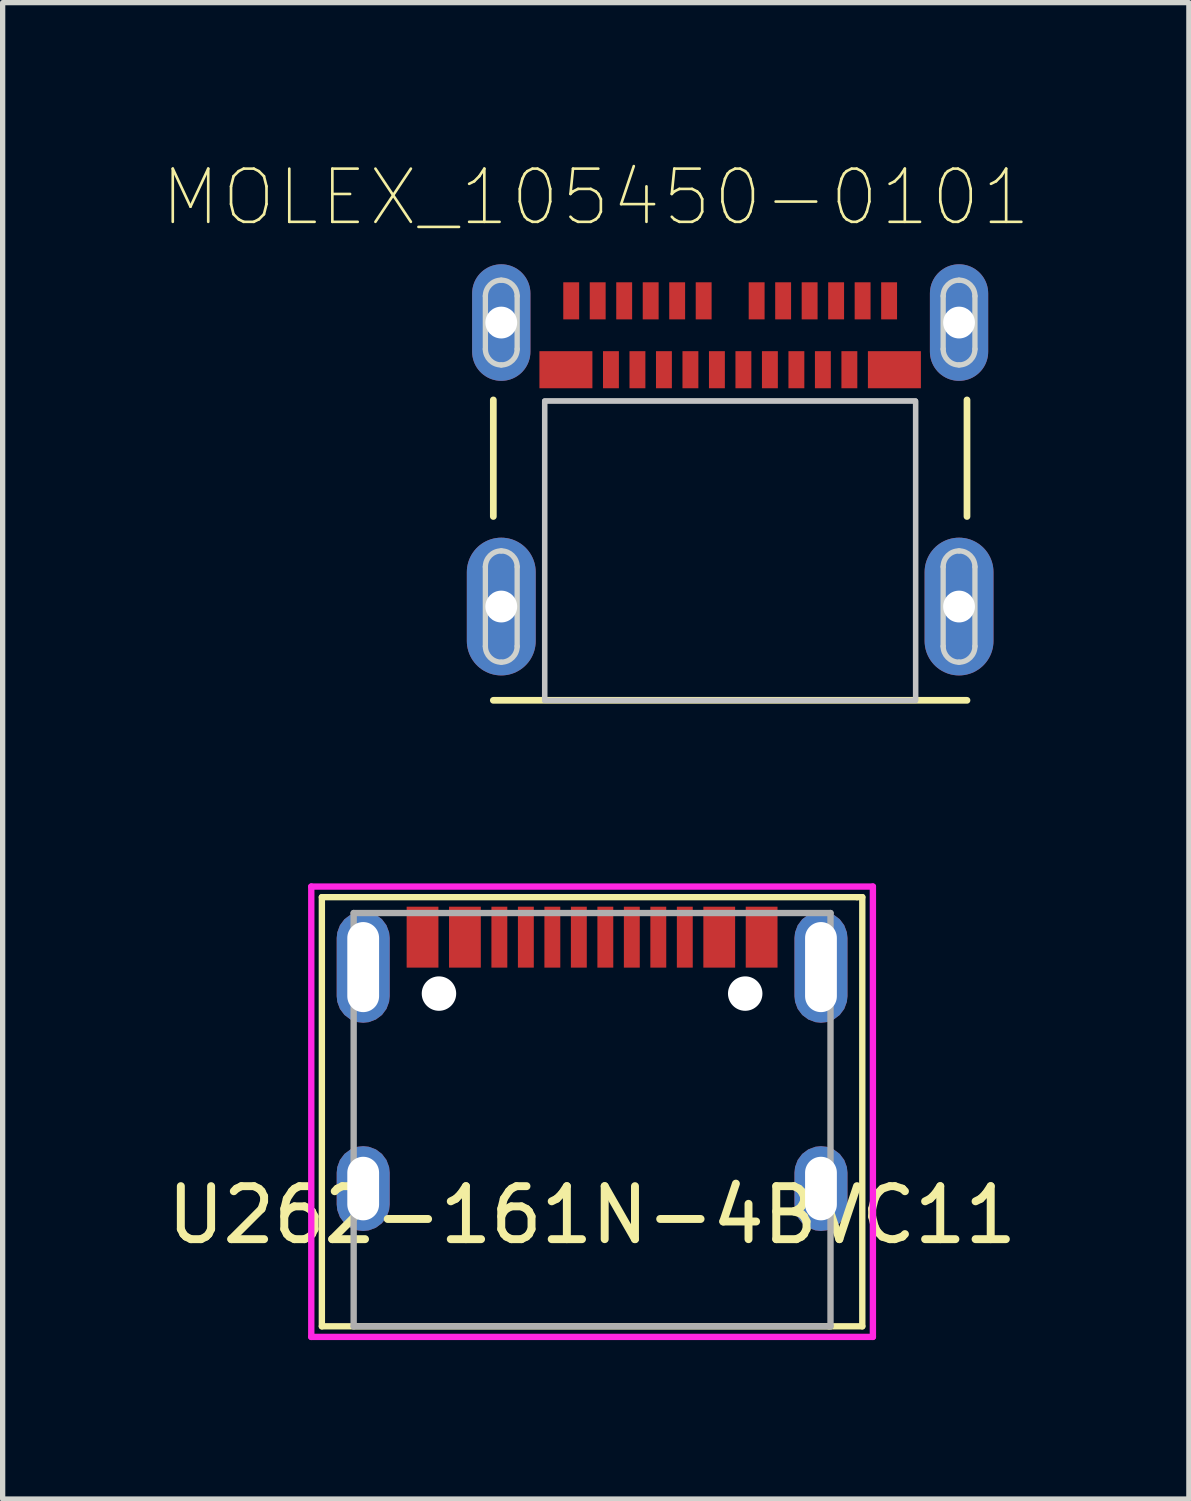
<source format=kicad_pcb>
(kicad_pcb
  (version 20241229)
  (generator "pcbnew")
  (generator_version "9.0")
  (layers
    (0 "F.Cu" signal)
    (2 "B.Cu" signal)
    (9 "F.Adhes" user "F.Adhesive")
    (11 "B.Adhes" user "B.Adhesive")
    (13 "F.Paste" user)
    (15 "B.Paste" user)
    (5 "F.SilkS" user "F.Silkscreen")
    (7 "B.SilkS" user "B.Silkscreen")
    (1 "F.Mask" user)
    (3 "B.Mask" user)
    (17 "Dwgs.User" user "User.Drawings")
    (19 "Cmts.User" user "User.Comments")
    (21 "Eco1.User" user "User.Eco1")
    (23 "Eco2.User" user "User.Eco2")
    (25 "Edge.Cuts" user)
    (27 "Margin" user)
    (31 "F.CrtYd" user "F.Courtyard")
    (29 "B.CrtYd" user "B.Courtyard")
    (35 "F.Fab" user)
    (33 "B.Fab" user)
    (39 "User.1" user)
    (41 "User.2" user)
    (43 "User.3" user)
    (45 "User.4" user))
  (footprint "MOLEX_105450-0101"
    (layer "F.Cu")
    (at 10.731 6.398)
    (property "Reference" "MOLEX_105450-0101" (at -2.536 -5.723 0) (layer "F.SilkS") (effects (font (size 1.004 1.004) (thickness 0.05))))
    (attr smd)
    (fp_line (start -4.47 0.3) (end -4.47 -1.9) (stroke (width 0.127) (type solid)) (layer "F.SilkS"))
    (fp_line (start -4.47 3.77) (end 4.47 3.77) (stroke (width 0.127) (type solid)) (layer "F.SilkS"))
    (fp_line (start 4.47 0.3) (end 4.47 -1.9) (stroke (width 0.127) (type solid)) (layer "F.SilkS"))
    (fp_poly (pts (xy -3.502 -1.88) (xy 3.5 -1.88) (xy 3.5 3.773) (xy -3.502 3.773)) (stroke (width 0.1) (type solid)) (fill no) (layer "Dwgs.User"))
    (fp_poly (pts (xy -3.501 -1.88) (xy 3.5 -1.88) (xy 3.5 3.771) (xy -3.501 3.771)) (stroke (width 0.1) (type solid)) (fill no) (layer "Dwgs.User"))
    (fp_line (start -5.22 -4.71) (end 5.22 -4.71) (stroke (width 0.05) (type solid)) (layer "Eco1.User"))
    (fp_line (start -5.22 4.2) (end -5.22 -4.71) (stroke (width 0.05) (type solid)) (layer "Eco1.User"))
    (fp_line (start 5.22 -4.71) (end 5.22 4.2) (stroke (width 0.05) (type solid)) (layer "Eco1.User"))
    (fp_line (start 5.22 4.2) (end -5.22 4.2) (stroke (width 0.05) (type solid)) (layer "Eco1.User"))
    (fp_line (start -4.47 -3.95) (end -4.47 3.95) (stroke (width 0.127) (type solid)) (layer "Eco2.User"))
    (fp_line (start -4.47 3.95) (end 4.47 3.95) (stroke (width 0.127) (type solid)) (layer "Eco2.User"))
    (fp_line (start 4.47 -3.95) (end -4.47 -3.95) (stroke (width 0.127) (type solid)) (layer "Eco2.User"))
    (fp_line (start 4.47 3.95) (end 4.47 -3.95) (stroke (width 0.127) (type solid)) (layer "Eco2.User"))
    (fp_line (start -4.62 -2.86) (end -4.62 -3.86) (stroke (width 0.1) (type solid)) (layer "Edge.Cuts"))
    (fp_line (start -4.62 2.75) (end -4.62 1.25) (stroke (width 0.1) (type solid)) (layer "Edge.Cuts"))
    (fp_line (start -4.02 -3.86) (end -4.02 -2.86) (stroke (width 0.1) (type solid)) (layer "Edge.Cuts"))
    (fp_line (start -4.02 1.25) (end -4.02 2.75) (stroke (width 0.1) (type solid)) (layer "Edge.Cuts"))
    (fp_line (start 4.02 -2.86) (end 4.02 -3.86) (stroke (width 0.1) (type solid)) (layer "Edge.Cuts"))
    (fp_line (start 4.02 2.75) (end 4.02 1.25) (stroke (width 0.1) (type solid)) (layer "Edge.Cuts"))
    (fp_line (start 4.62 -3.86) (end 4.62 -2.86) (stroke (width 0.1) (type solid)) (layer "Edge.Cuts"))
    (fp_line (start 4.62 1.25) (end 4.62 2.75) (stroke (width 0.1) (type solid)) (layer "Edge.Cuts"))
    (fp_arc (start -4.62 -3.86) (mid -4.532132 -4.072132) (end -4.32 -4.16) (stroke (width 0.1) (type solid)) (layer "Edge.Cuts"))
    (fp_arc (start -4.62 1.25) (mid -4.532132 1.037868) (end -4.32 0.95) (stroke (width 0.1) (type solid)) (layer "Edge.Cuts"))
    (fp_arc (start -4.32 -4.16) (mid -4.107868 -4.072132) (end -4.02 -3.86) (stroke (width 0.1) (type solid)) (layer "Edge.Cuts"))
    (fp_arc (start -4.32 -2.56) (mid -4.532132 -2.647868) (end -4.62 -2.86) (stroke (width 0.1) (type solid)) (layer "Edge.Cuts"))
    (fp_arc (start -4.32 0.95) (mid -4.107868 1.037868) (end -4.02 1.25) (stroke (width 0.1) (type solid)) (layer "Edge.Cuts"))
    (fp_arc (start -4.32 3.05) (mid -4.532132 2.962132) (end -4.62 2.75) (stroke (width 0.1) (type solid)) (layer "Edge.Cuts"))
    (fp_arc (start -4.02 -2.86) (mid -4.107868 -2.647868) (end -4.32 -2.56) (stroke (width 0.1) (type solid)) (layer "Edge.Cuts"))
    (fp_arc (start -4.02 2.75) (mid -4.107868 2.962132) (end -4.32 3.05) (stroke (width 0.1) (type solid)) (layer "Edge.Cuts"))
    (fp_arc (start 4.02 -3.86) (mid 4.107868 -4.072132) (end 4.32 -4.16) (stroke (width 0.1) (type solid)) (layer "Edge.Cuts"))
    (fp_arc (start 4.02 1.25) (mid 4.107868 1.037868) (end 4.32 0.95) (stroke (width 0.1) (type solid)) (layer "Edge.Cuts"))
    (fp_arc (start 4.32 -4.16) (mid 4.532132 -4.072132) (end 4.62 -3.86) (stroke (width 0.1) (type solid)) (layer "Edge.Cuts"))
    (fp_arc (start 4.32 -2.56) (mid 4.107868 -2.647868) (end 4.02 -2.86) (stroke (width 0.1) (type solid)) (layer "Edge.Cuts"))
    (fp_arc (start 4.32 0.95) (mid 4.532132 1.037868) (end 4.62 1.25) (stroke (width 0.1) (type solid)) (layer "Edge.Cuts"))
    (fp_arc (start 4.32 3.05) (mid 4.107868 2.962132) (end 4.02 2.75) (stroke (width 0.1) (type solid)) (layer "Edge.Cuts"))
    (fp_arc (start 4.62 -2.86) (mid 4.532132 -2.647868) (end 4.32 -2.56) (stroke (width 0.1) (type solid)) (layer "Edge.Cuts"))
    (fp_arc (start 4.62 2.75) (mid 4.532132 2.962132) (end 4.32 3.05) (stroke (width 0.1) (type solid)) (layer "Edge.Cuts"))
    (pad "A1" smd rect (at -3 -3.77) (size 0.3 0.7) (layers "F.Cu" "F.Mask" "F.Paste"))
    (pad "A2" smd rect (at -2.5 -3.77) (size 0.3 0.7) (layers "F.Cu" "F.Mask" "F.Paste"))
    (pad "A3" smd rect (at -2 -3.77) (size 0.3 0.7) (layers "F.Cu" "F.Mask" "F.Paste"))
    (pad "A4" smd rect (at -1.5 -3.77) (size 0.3 0.7) (layers "F.Cu" "F.Mask" "F.Paste"))
    (pad "A5" smd rect (at -1 -3.77) (size 0.3 0.7) (layers "F.Cu" "F.Mask" "F.Paste"))
    (pad "A6" smd rect (at -0.5 -3.77) (size 0.3 0.7) (layers "F.Cu" "F.Mask" "F.Paste"))
    (pad "A7" smd rect (at 0.5 -3.77) (size 0.3 0.7) (layers "F.Cu" "F.Mask" "F.Paste"))
    (pad "A8" smd rect (at 1 -3.77) (size 0.3 0.7) (layers "F.Cu" "F.Mask" "F.Paste"))
    (pad "A9" smd rect (at 1.5 -3.77) (size 0.3 0.7) (layers "F.Cu" "F.Mask" "F.Paste"))
    (pad "A10" smd rect (at 2 -3.77) (size 0.3 0.7) (layers "F.Cu" "F.Mask" "F.Paste"))
    (pad "A11" smd rect (at 2.5 -3.77) (size 0.3 0.7) (layers "F.Cu" "F.Mask" "F.Paste"))
    (pad "A12" smd rect (at 3 -3.77) (size 0.3 0.7) (layers "F.Cu" "F.Mask" "F.Paste"))
    (pad "B1" smd rect (at 3.1 -2.47) (size 1 0.7) (layers "F.Cu" "F.Mask" "F.Paste"))
    (pad "B2" smd rect (at 2.25 -2.47) (size 0.3 0.7) (layers "F.Cu" "F.Mask" "F.Paste"))
    (pad "B3" smd rect (at 1.75 -2.47) (size 0.3 0.7) (layers "F.Cu" "F.Mask" "F.Paste"))
    (pad "B4" smd rect (at 1.25 -2.47) (size 0.3 0.7) (layers "F.Cu" "F.Mask" "F.Paste"))
    (pad "B5" smd rect (at 0.75 -2.47) (size 0.3 0.7) (layers "F.Cu" "F.Mask" "F.Paste"))
    (pad "B6" smd rect (at 0.25 -2.47) (size 0.3 0.7) (layers "F.Cu" "F.Mask" "F.Paste"))
    (pad "B7" smd rect (at -0.25 -2.47) (size 0.3 0.7) (layers "F.Cu" "F.Mask" "F.Paste"))
    (pad "B8" smd rect (at -0.75 -2.47) (size 0.3 0.7) (layers "F.Cu" "F.Mask" "F.Paste"))
    (pad "B9" smd rect (at -1.25 -2.47) (size 0.3 0.7) (layers "F.Cu" "F.Mask" "F.Paste"))
    (pad "B10" smd rect (at -1.75 -2.47) (size 0.3 0.7) (layers "F.Cu" "F.Mask" "F.Paste"))
    (pad "B11" smd rect (at -2.25 -2.47) (size 0.3 0.7) (layers "F.Cu" "F.Mask" "F.Paste"))
    (pad "B12" smd rect (at -3.1 -2.47) (size 1 0.7) (layers "F.Cu" "F.Mask" "F.Paste"))
    (pad "S1" thru_hole oval (at -4.32 -3.36 90) (size 2.2 1.1) (drill 0.6) (layers "*.Cu" "*.Mask"))
    (pad "S1" thru_hole oval (at -4.32 2 90) (size 2.6 1.3) (drill 0.6) (layers "*.Cu" "*.Mask"))
    (pad "S1" thru_hole oval (at 4.32 -3.36 90) (size 2.2 1.1) (drill 0.6) (layers "*.Cu" "*.Mask"))
    (pad "S1" thru_hole oval (at 4.32 2 90) (size 2.6 1.3) (drill 0.6) (layers "*.Cu" "*.Mask")))
  (footprint "U262-161N-4BVC11"
    (layer "F.Cu")
    (at 8.125 19.383)
    (property "Reference" "U262-161N-4BVC11" (at 0 0.5 0) (layer "F.SilkS") (effects (font (size 1 1) (thickness 0.15))))
    (attr through_hole)
    (fp_line (start -5.1 -5.5) (end 5 -5.5) (stroke (width 0.12) (type solid)) (layer "F.SilkS"))
    (fp_line (start -5.1 2.6) (end -5.1 -5.5) (stroke (width 0.12) (type solid)) (layer "F.SilkS"))
    (fp_line (start 4.47 2.6) (end -5.1 2.6) (stroke (width 0.12) (type solid)) (layer "F.SilkS"))
    (fp_line (start 5 -5.5) (end 5.1 -5.5) (stroke (width 0.12) (type solid)) (layer "F.SilkS"))
    (fp_line (start 5.1 -5.5) (end 5.1 2.6) (stroke (width 0.12) (type solid)) (layer "F.SilkS"))
    (fp_line (start 5.1 2.6) (end 4.47 2.6) (stroke (width 0.12) (type solid)) (layer "F.SilkS"))
    (fp_line (start -5.3 -5.7) (end -5.3 2.8) (stroke (width 0.12) (type solid)) (layer "F.CrtYd"))
    (fp_line (start -5.3 2.8) (end 5.3 2.8) (stroke (width 0.12) (type solid)) (layer "F.CrtYd"))
    (fp_line (start 5.3 -5.7) (end -5.3 -5.7) (stroke (width 0.12) (type solid)) (layer "F.CrtYd"))
    (fp_line (start 5.3 2.8) (end 5.3 -5.7) (stroke (width 0.12) (type solid)) (layer "F.CrtYd"))
    (fp_line (start -4.5 -5.2) (end 4.5 -5.2) (stroke (width 0.12) (type solid)) (layer "F.Fab"))
    (fp_line (start -4.5 2.6) (end -4.5 -5.2) (stroke (width 0.12) (type solid)) (layer "F.Fab"))
    (fp_line (start 4.5 -5.2) (end 4.5 2.6) (stroke (width 0.12) (type solid)) (layer "F.Fab"))
    (fp_line (start 4.5 2.6) (end -4.5 2.6) (stroke (width 0.12) (type solid)) (layer "F.Fab"))
    (pad "" np_thru_hole circle (at -2.89 -3.68) (size 0.65 0.65) (drill 0.65) (layers "*.Cu" "*.Mask"))
    (pad "" np_thru_hole circle (at 2.89 -3.68) (size 0.65 0.65) (drill 0.65) (layers "*.Cu" "*.Mask"))
    (pad "A1" smd rect (at -3.2 -4.745) (size 0.6 1.15) (layers "F.Cu" "F.Mask" "F.Paste"))
    (pad "A4" smd rect (at -2.4 -4.745) (size 0.6 1.15) (layers "F.Cu" "F.Mask" "F.Paste"))
    (pad "A5" smd rect (at -1.25 -4.745) (size 0.3 1.15) (layers "F.Cu" "F.Mask" "F.Paste"))
    (pad "A6" smd rect (at -0.25 -4.745) (size 0.3 1.15) (layers "F.Cu" "F.Mask" "F.Paste"))
    (pad "A7" smd rect (at 0.25 -4.745) (size 0.3 1.15) (layers "F.Cu" "F.Mask" "F.Paste"))
    (pad "A8" smd rect (at 1.25 -4.745) (size 0.3 1.15) (layers "F.Cu" "F.Mask" "F.Paste"))
    (pad "B1" smd rect (at 3.2 -4.745) (size 0.6 1.15) (layers "F.Cu" "F.Mask" "F.Paste"))
    (pad "B4" smd rect (at 2.4 -4.745) (size 0.6 1.15) (layers "F.Cu" "F.Mask" "F.Paste"))
    (pad "B5" smd rect (at 1.75 -4.745) (size 0.3 1.15) (layers "F.Cu" "F.Mask" "F.Paste"))
    (pad "B6" smd rect (at 0.75 -4.745) (size 0.3 1.15) (layers "F.Cu" "F.Mask" "F.Paste"))
    (pad "B7" smd rect (at -0.75 -4.745) (size 0.3 1.15) (layers "F.Cu" "F.Mask" "F.Paste"))
    (pad "B8" smd rect (at -1.75 -4.745) (size 0.3 1.15) (layers "F.Cu" "F.Mask" "F.Paste"))
    (pad "S" thru_hole roundrect (at -4.32 -4.18) (size 1 2.1) (drill oval 0.6 1.7) (layers "*.Cu" "*.Mask") (roundrect_rratio 0.5))
    (pad "S" thru_hole roundrect (at -4.32 0) (size 1 1.6) (drill oval 0.6 1.2) (layers "*.Cu" "*.Mask") (roundrect_rratio 0.5))
    (pad "S" thru_hole roundrect (at 4.32 -4.18) (size 1 2.1) (drill oval 0.6 1.7) (layers "*.Cu" "*.Mask") (roundrect_rratio 0.5))
    (pad "S" thru_hole roundrect (at 4.32 0) (size 1 1.6) (drill oval 0.6 1.2) (layers "*.Cu" "*.Mask") (roundrect_rratio 0.5)))
  (gr_rect
    (start -3 -3)
    (end 19.389 25.243)
    (stroke (width 0.1) (type default))
    (fill no)
    (layer "Edge.Cuts")))
</source>
